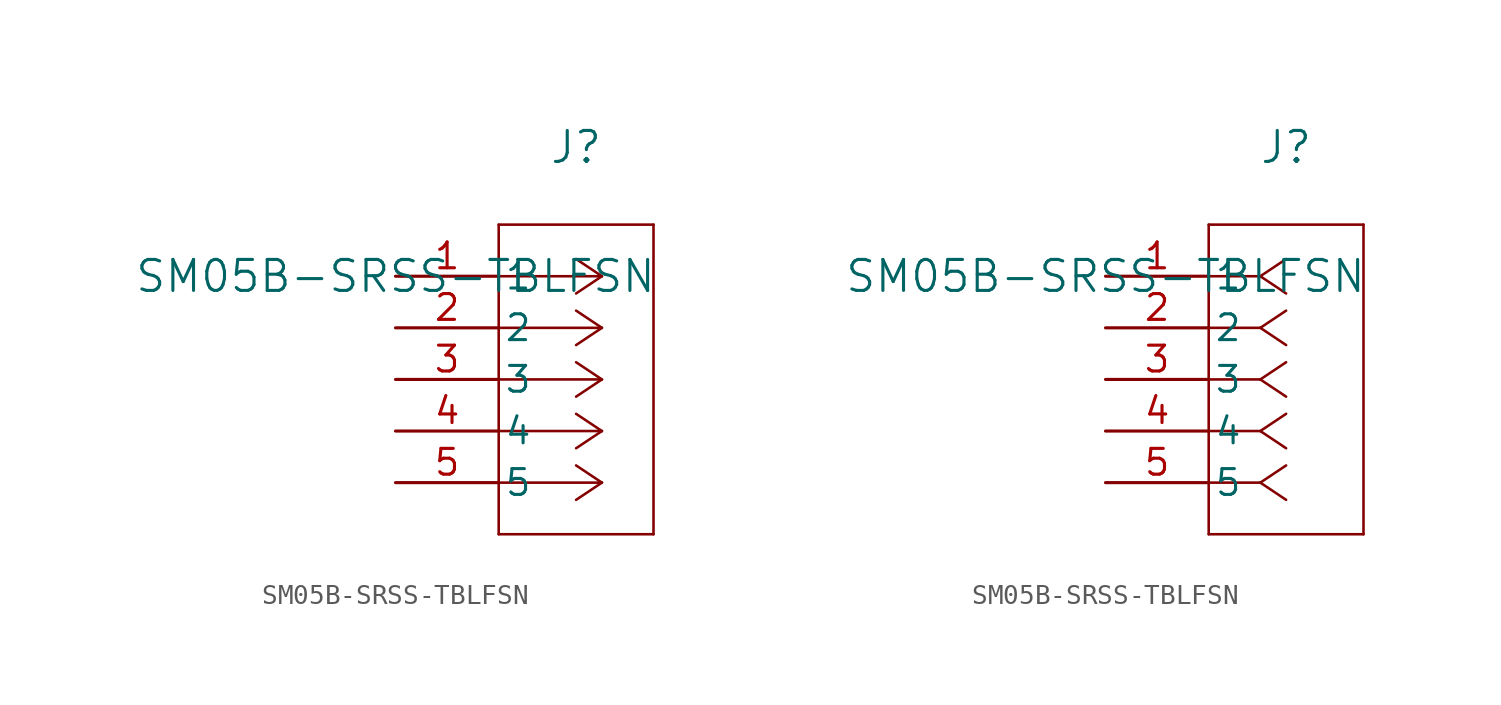
<source format=kicad_sym>
(kicad_symbol_lib
  (version 20211014)
  (generator kicad_symbol_editor)
  (symbol "SM05B-SRSS-TBLFSN"
    (pin_names
      (offset 0.254))
    (property "Reference" "J"
      (at 8.89 6.35 0)
      (effects (font (size 1.524 1.524))))
    (property "Value" "SM05B-SRSS-TBLFSN"
      (at 0 0 0)
      (effects (font (size 1.524 1.524))))
    (symbol "SM05B-SRSS-TBLFSN_1_1"
      (polyline (pts (xy 10.16 0) (xy 5.08 0)) (stroke (width 0.127) (type default) (color 0 0 0 0)) (fill (type none)))
      (polyline (pts (xy 10.16 -2.54) (xy 5.08 -2.54)) (stroke (width 0.127) (type default) (color 0 0 0 0)) (fill (type none)))
      (polyline (pts (xy 10.16 -5.08) (xy 5.08 -5.08)) (stroke (width 0.127) (type default) (color 0 0 0 0)) (fill (type none)))
      (polyline (pts (xy 10.16 -7.62) (xy 5.08 -7.62)) (stroke (width 0.127) (type default) (color 0 0 0 0)) (fill (type none)))
      (polyline (pts (xy 10.16 -10.16) (xy 5.08 -10.16)) (stroke (width 0.127) (type default) (color 0 0 0 0)) (fill (type none)))
      (polyline (pts (xy 10.16 0) (xy 8.89 0.847)) (stroke (width 0.127) (type default) (color 0 0 0 0)) (fill (type none)))
      (polyline (pts (xy 10.16 -2.54) (xy 8.89 -1.693)) (stroke (width 0.127) (type default) (color 0 0 0 0)) (fill (type none)))
      (polyline (pts (xy 10.16 -5.08) (xy 8.89 -4.233)) (stroke (width 0.127) (type default) (color 0 0 0 0)) (fill (type none)))
      (polyline (pts (xy 10.16 -7.62) (xy 8.89 -6.773)) (stroke (width 0.127) (type default) (color 0 0 0 0)) (fill (type none)))
      (polyline (pts (xy 10.16 -10.16) (xy 8.89 -9.313)) (stroke (width 0.127) (type default) (color 0 0 0 0)) (fill (type none)))
      (polyline (pts (xy 10.16 0) (xy 8.89 -0.847)) (stroke (width 0.127) (type default) (color 0 0 0 0)) (fill (type none)))
      (polyline (pts (xy 10.16 -2.54) (xy 8.89 -3.387)) (stroke (width 0.127) (type default) (color 0 0 0 0)) (fill (type none)))
      (polyline (pts (xy 10.16 -5.08) (xy 8.89 -5.927)) (stroke (width 0.127) (type default) (color 0 0 0 0)) (fill (type none)))
      (polyline (pts (xy 10.16 -7.62) (xy 8.89 -8.467)) (stroke (width 0.127) (type default) (color 0 0 0 0)) (fill (type none)))
      (polyline (pts (xy 10.16 -10.16) (xy 8.89 -11.007)) (stroke (width 0.127) (type default) (color 0 0 0 0)) (fill (type none)))
      (polyline (pts (xy 5.08 2.54) (xy 5.08 -12.7)) (stroke (width 0.127) (type default) (color 0 0 0 0)) (fill (type none)))
      (polyline (pts (xy 5.08 -12.7) (xy 12.7 -12.7)) (stroke (width 0.127) (type default) (color 0 0 0 0)) (fill (type none)))
      (polyline (pts (xy 12.7 -12.7) (xy 12.7 2.54)) (stroke (width 0.127) (type default) (color 0 0 0 0)) (fill (type none)))
      (polyline (pts (xy 12.7 2.54) (xy 5.08 2.54)) (stroke (width 0.127) (type default) (color 0 0 0 0)) (fill (type none)))
      (pin unspecified line (at 0 0 0) (length 5.08) (name "1" (effects (font (size 1.27 1.27)))) (number "1" (effects (font (size 1.27 1.27)))))
      (pin unspecified line (at 0 -2.54 0) (length 5.08) (name "2" (effects (font (size 1.27 1.27)))) (number "2" (effects (font (size 1.27 1.27)))))
      (pin unspecified line (at 0 -5.08 0) (length 5.08) (name "3" (effects (font (size 1.27 1.27)))) (number "3" (effects (font (size 1.27 1.27)))))
      (pin unspecified line (at 0 -7.62 0) (length 5.08) (name "4" (effects (font (size 1.27 1.27)))) (number "4" (effects (font (size 1.27 1.27)))))
      (pin unspecified line (at 0 -10.16 0) (length 5.08) (name "5" (effects (font (size 1.27 1.27)))) (number "5" (effects (font (size 1.27 1.27))))))
    (symbol "SM05B-SRSS-TBLFSN_1_2"
      (polyline (pts (xy 7.62 0) (xy 5.08 0)) (stroke (width 0.127) (type default) (color 0 0 0 0)) (fill (type none)))
      (polyline (pts (xy 7.62 -2.54) (xy 5.08 -2.54)) (stroke (width 0.127) (type default) (color 0 0 0 0)) (fill (type none)))
      (polyline (pts (xy 7.62 -5.08) (xy 5.08 -5.08)) (stroke (width 0.127) (type default) (color 0 0 0 0)) (fill (type none)))
      (polyline (pts (xy 7.62 -7.62) (xy 5.08 -7.62)) (stroke (width 0.127) (type default) (color 0 0 0 0)) (fill (type none)))
      (polyline (pts (xy 7.62 -10.16) (xy 5.08 -10.16)) (stroke (width 0.127) (type default) (color 0 0 0 0)) (fill (type none)))
      (polyline (pts (xy 7.62 0) (xy 8.89 0.847)) (stroke (width 0.127) (type default) (color 0 0 0 0)) (fill (type none)))
      (polyline (pts (xy 7.62 -2.54) (xy 8.89 -1.693)) (stroke (width 0.127) (type default) (color 0 0 0 0)) (fill (type none)))
      (polyline (pts (xy 7.62 -5.08) (xy 8.89 -4.233)) (stroke (width 0.127) (type default) (color 0 0 0 0)) (fill (type none)))
      (polyline (pts (xy 7.62 -7.62) (xy 8.89 -6.773)) (stroke (width 0.127) (type default) (color 0 0 0 0)) (fill (type none)))
      (polyline (pts (xy 7.62 -10.16) (xy 8.89 -9.313)) (stroke (width 0.127) (type default) (color 0 0 0 0)) (fill (type none)))
      (polyline (pts (xy 7.62 0) (xy 8.89 -0.847)) (stroke (width 0.127) (type default) (color 0 0 0 0)) (fill (type none)))
      (polyline (pts (xy 7.62 -2.54) (xy 8.89 -3.387)) (stroke (width 0.127) (type default) (color 0 0 0 0)) (fill (type none)))
      (polyline (pts (xy 7.62 -5.08) (xy 8.89 -5.927)) (stroke (width 0.127) (type default) (color 0 0 0 0)) (fill (type none)))
      (polyline (pts (xy 7.62 -7.62) (xy 8.89 -8.467)) (stroke (width 0.127) (type default) (color 0 0 0 0)) (fill (type none)))
      (polyline (pts (xy 7.62 -10.16) (xy 8.89 -11.007)) (stroke (width 0.127) (type default) (color 0 0 0 0)) (fill (type none)))
      (polyline (pts (xy 5.08 2.54) (xy 5.08 -12.7)) (stroke (width 0.127) (type default) (color 0 0 0 0)) (fill (type none)))
      (polyline (pts (xy 5.08 -12.7) (xy 12.7 -12.7)) (stroke (width 0.127) (type default) (color 0 0 0 0)) (fill (type none)))
      (polyline (pts (xy 12.7 -12.7) (xy 12.7 2.54)) (stroke (width 0.127) (type default) (color 0 0 0 0)) (fill (type none)))
      (polyline (pts (xy 12.7 2.54) (xy 5.08 2.54)) (stroke (width 0.127) (type default) (color 0 0 0 0)) (fill (type none)))
      (pin unspecified line (at 0 0 0) (length 5.08) (name "1" (effects (font (size 1.27 1.27)))) (number "1" (effects (font (size 1.27 1.27)))))
      (pin unspecified line (at 0 -2.54 0) (length 5.08) (name "2" (effects (font (size 1.27 1.27)))) (number "2" (effects (font (size 1.27 1.27)))))
      (pin unspecified line (at 0 -5.08 0) (length 5.08) (name "3" (effects (font (size 1.27 1.27)))) (number "3" (effects (font (size 1.27 1.27)))))
      (pin unspecified line (at 0 -7.62 0) (length 5.08) (name "4" (effects (font (size 1.27 1.27)))) (number "4" (effects (font (size 1.27 1.27)))))
      (pin unspecified line (at 0 -10.16 0) (length 5.08) (name "5" (effects (font (size 1.27 1.27)))) (number "5" (effects (font (size 1.27 1.27))))))))
</source>
